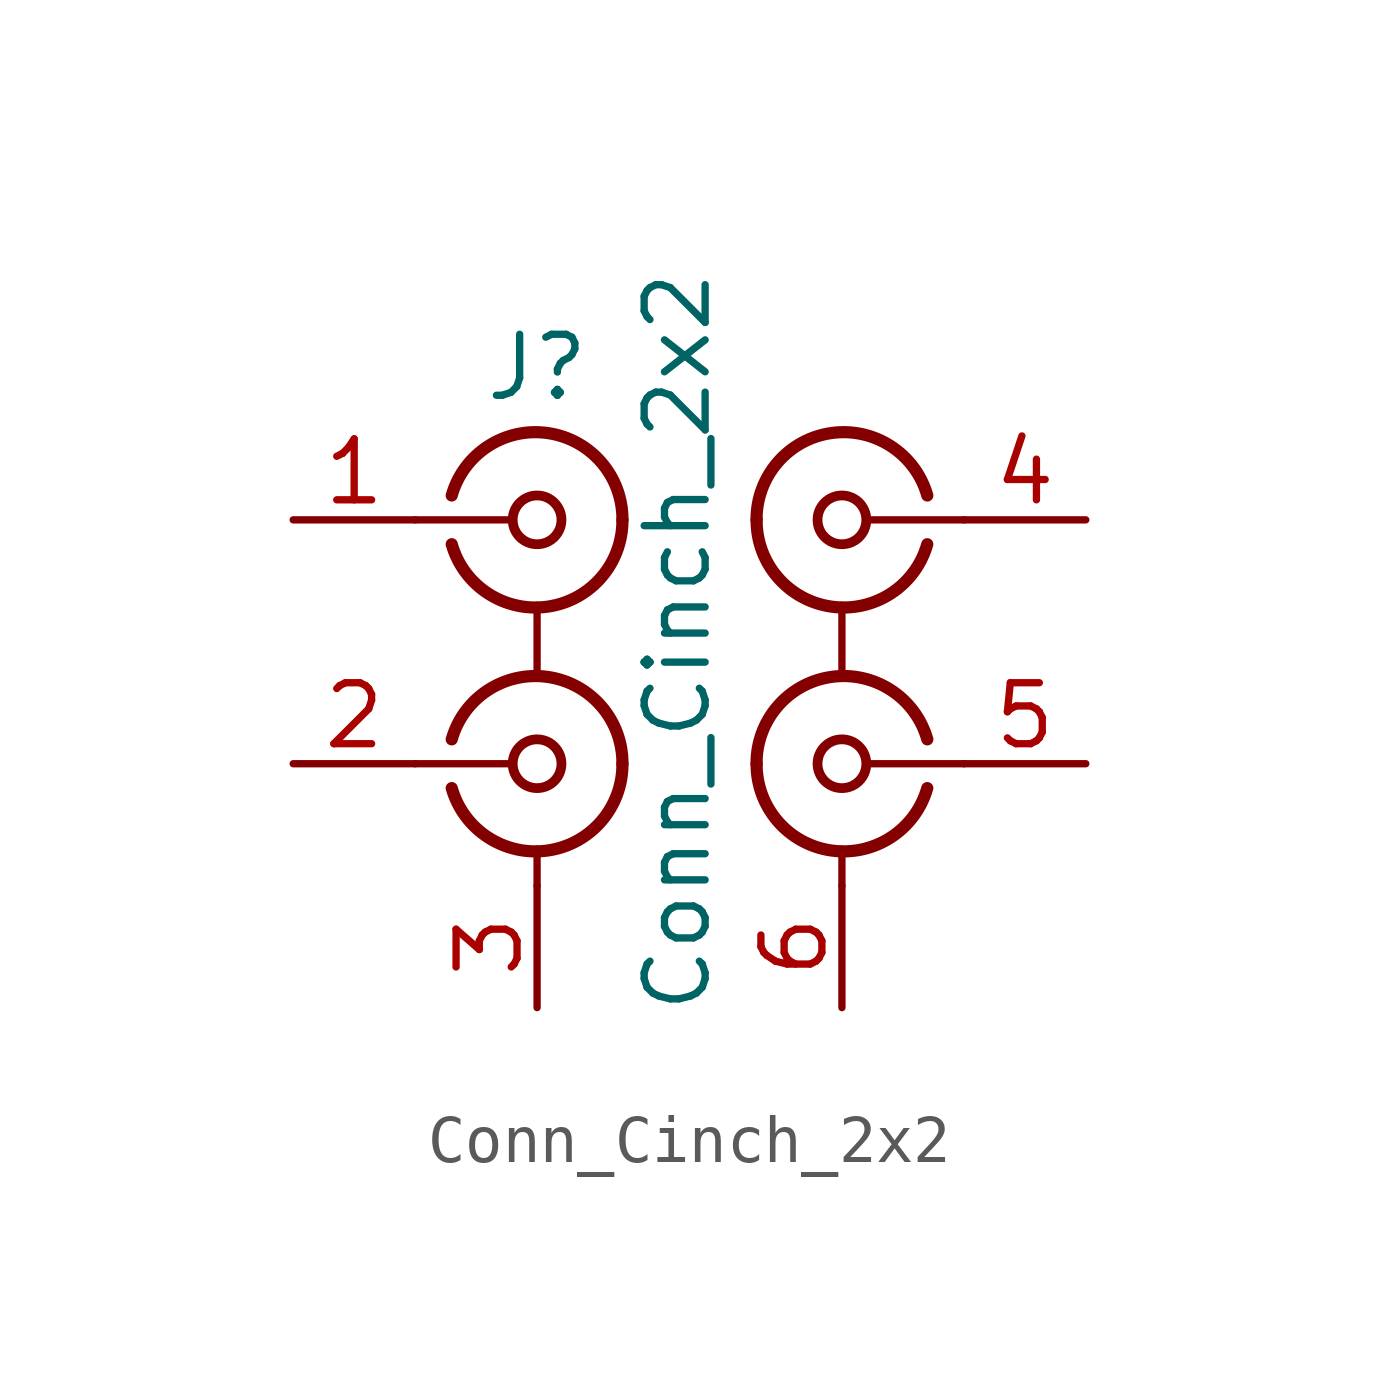
<source format=kicad_sym>
(kicad_symbol_lib
  (version 20211014)
  (generator kicad_symbol_editor)
  (symbol "Conn_Cinch_2x2"
    (pin_names
      (offset 1.016) hide)
    (property "Reference" "J"
      (at 0 5.715 0)
      (effects (font (size 1.27 1.27))))
    (property "Value" "Conn_Cinch_2x2"
      (at 2.921 0 90)
      (effects (font (size 1.27 1.27))))
    (symbol "Conn_Cinch_2x2_0_1"
      (arc (start -1.778 -3.048) (mid 0.222 -4.348) (end 1.778 -2.54) (stroke (width 0.254) (type default) (color 0 0 0 0)) (fill (type none)))
      (arc (start -1.778 2.032) (mid 0.222 0.732) (end 1.778 2.54) (stroke (width 0.254) (type default) (color 0 0 0 0)) (fill (type none)))
      (circle (center 0 -2.54) (radius 0.508) (stroke (width 0.203) (type default) (color 0 0 0 0)) (fill (type none)))
      (polyline (pts (xy -2.54 -2.54) (xy -0.508 -2.54)) (stroke (width 0) (type default) (color 0 0 0 0)) (fill (type none)))
      (polyline (pts (xy -2.54 2.54) (xy -0.508 2.54)) (stroke (width 0) (type default) (color 0 0 0 0)) (fill (type none)))
      (polyline (pts (xy 0 -5.08) (xy 0 -4.318)) (stroke (width 0) (type default) (color 0 0 0 0)) (fill (type none)))
      (polyline (pts (xy 0 0.762) (xy 0 -0.635)) (stroke (width 0) (type default) (color 0 0 0 0)) (fill (type none)))
      (polyline (pts (xy 6.35 -5.08) (xy 6.35 -4.318)) (stroke (width 0) (type default) (color 0 0 0 0)) (fill (type none)))
      (polyline (pts (xy 6.35 0.762) (xy 6.35 -0.635)) (stroke (width 0) (type default) (color 0 0 0 0)) (fill (type none)))
      (polyline (pts (xy 8.89 -2.54) (xy 6.858 -2.54)) (stroke (width 0) (type default) (color 0 0 0 0)) (fill (type none)))
      (polyline (pts (xy 8.89 2.54) (xy 6.858 2.54)) (stroke (width 0) (type default) (color 0 0 0 0)) (fill (type none)))
      (circle (center 0 2.54) (radius 0.508) (stroke (width 0.203) (type default) (color 0 0 0 0)) (fill (type none)))
      (arc (start 1.778 -2.54) (mid 0.2221 -0.7317) (end -1.778 -2.032) (stroke (width 0.254) (type default) (color 0 0 0 0)) (fill (type none)))
      (arc (start 1.778 2.54) (mid 0.2221 4.3483) (end -1.778 3.048) (stroke (width 0.254) (type default) (color 0 0 0 0)) (fill (type none)))
      (arc (start 4.572 -2.54) (mid 6.128 -4.348) (end 8.128 -3.048) (stroke (width 0.254) (type default) (color 0 0 0 0)) (fill (type none)))
      (arc (start 4.572 2.54) (mid 6.128 0.732) (end 8.128 2.032) (stroke (width 0.254) (type default) (color 0 0 0 0)) (fill (type none)))
      (circle (center 6.35 -2.54) (radius 0.508) (stroke (width 0.203) (type default) (color 0 0 0 0)) (fill (type none)))
      (circle (center 6.35 2.54) (radius 0.508) (stroke (width 0.203) (type default) (color 0 0 0 0)) (fill (type none)))
      (arc (start 8.128 -2.032) (mid 6.128 -0.7317) (end 4.572 -2.54) (stroke (width 0.254) (type default) (color 0 0 0 0)) (fill (type none)))
      (arc (start 8.128 3.048) (mid 6.128 4.3483) (end 4.572 2.54) (stroke (width 0.254) (type default) (color 0 0 0 0)) (fill (type none))))
    (symbol "Conn_Cinch_2x2_1_1"
      (pin passive line (at -5.08 2.54 0) (length 2.54) (name "IN1" (effects (font (size 1.27 1.27)))) (number "1" (effects (font (size 1.27 1.27)))))
      (pin passive line (at -5.08 -2.54 0) (length 2.54) (name "IN2" (effects (font (size 1.27 1.27)))) (number "2" (effects (font (size 1.27 1.27)))))
      (pin passive line (at 0 -7.62 90) (length 2.54) (name "EXT" (effects (font (size 1.27 1.27)))) (number "3" (effects (font (size 1.27 1.27)))))
      (pin passive line (at 11.43 2.54 180) (length 2.54) (name "IN1" (effects (font (size 1.27 1.27)))) (number "4" (effects (font (size 1.27 1.27)))))
      (pin passive line (at 11.43 -2.54 180) (length 2.54) (name "IN2" (effects (font (size 1.27 1.27)))) (number "5" (effects (font (size 1.27 1.27)))))
      (pin passive line (at 6.35 -7.62 90) (length 2.54) (name "EXT" (effects (font (size 1.27 1.27)))) (number "6" (effects (font (size 1.27 1.27))))))))
</source>
